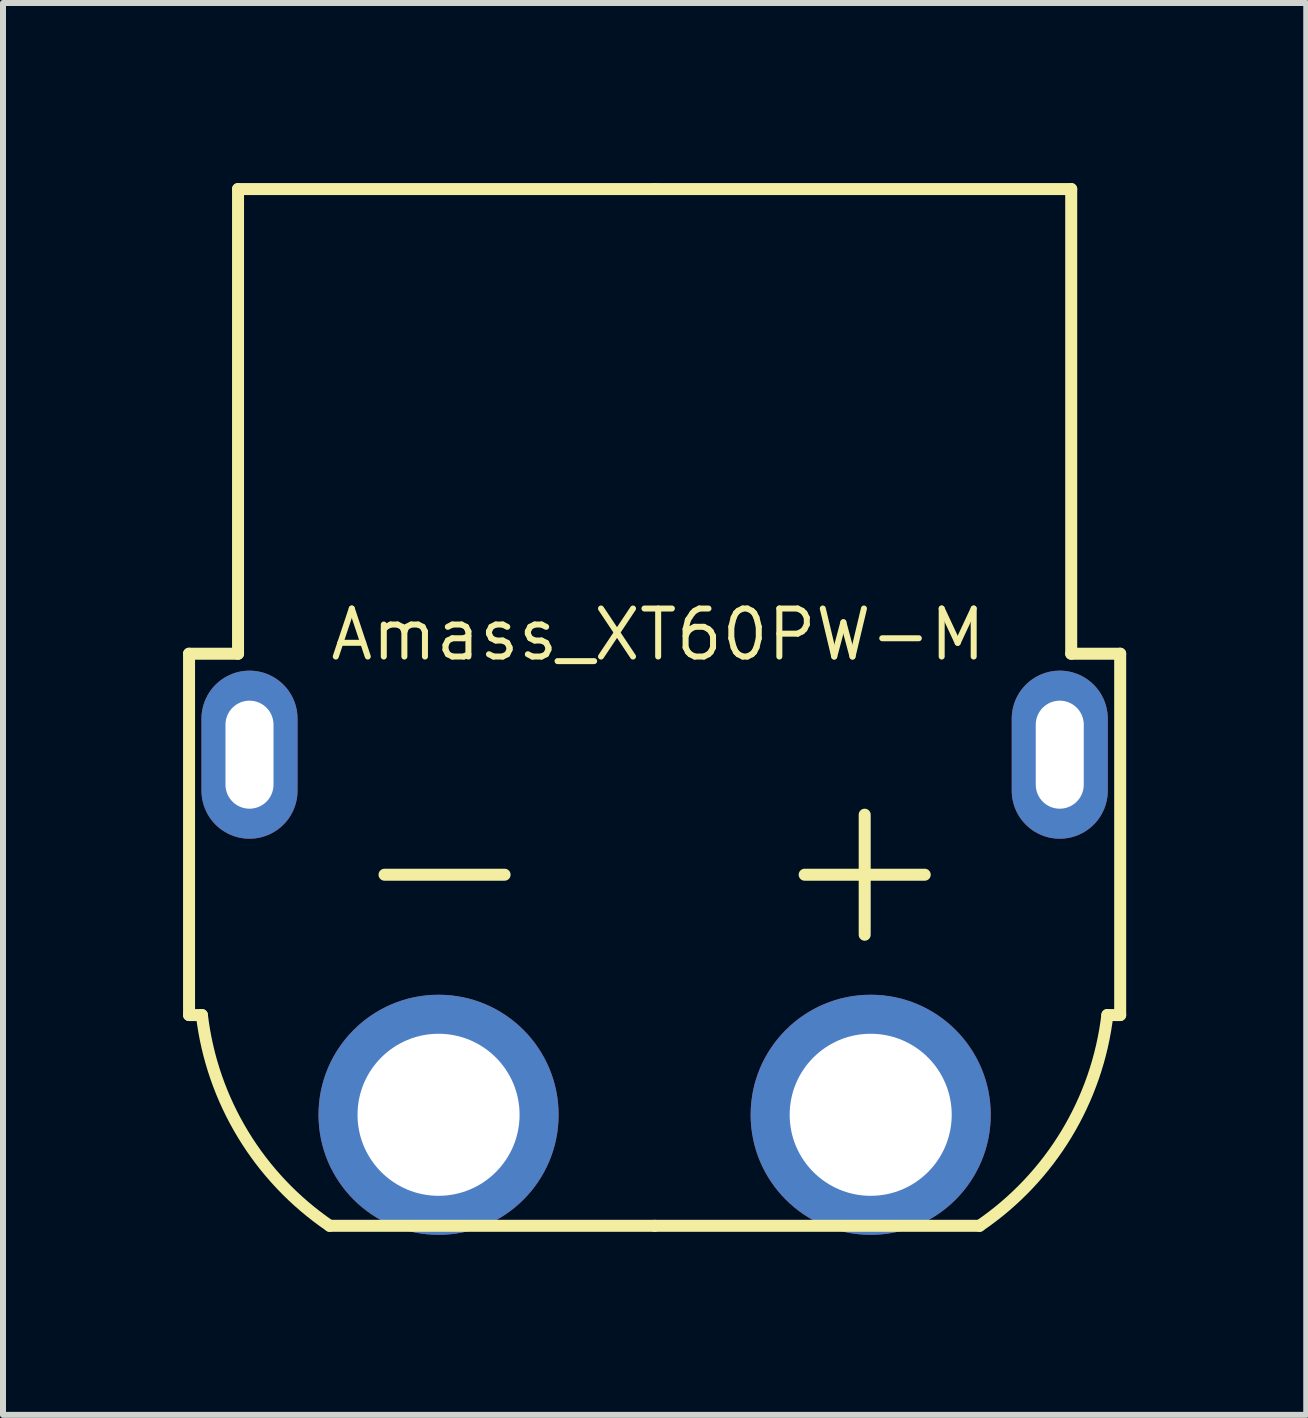
<source format=kicad_pcb>
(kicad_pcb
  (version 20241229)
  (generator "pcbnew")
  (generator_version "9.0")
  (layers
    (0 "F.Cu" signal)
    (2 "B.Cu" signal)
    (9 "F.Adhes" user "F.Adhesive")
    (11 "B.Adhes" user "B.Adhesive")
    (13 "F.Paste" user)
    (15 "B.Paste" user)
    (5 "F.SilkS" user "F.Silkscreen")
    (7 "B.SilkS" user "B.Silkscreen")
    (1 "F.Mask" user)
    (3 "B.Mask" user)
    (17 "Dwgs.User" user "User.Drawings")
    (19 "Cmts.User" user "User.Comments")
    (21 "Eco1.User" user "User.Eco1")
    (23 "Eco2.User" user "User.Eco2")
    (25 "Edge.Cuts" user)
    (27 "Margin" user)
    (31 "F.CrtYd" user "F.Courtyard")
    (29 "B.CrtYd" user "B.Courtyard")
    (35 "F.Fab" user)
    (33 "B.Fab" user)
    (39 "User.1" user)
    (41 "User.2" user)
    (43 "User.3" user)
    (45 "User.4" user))
  (footprint "Amass_XT60PW-M"
    (layer "F.Cu")
    (at 7.857 15.524)
    (property "Reference" "Amass_XT60PW-M" (at 0.059 -8 0) (layer "F.SilkS") (effects (font (size 0.8 0.8) (thickness 0.1))))
    (attr through_hole)
    (fp_line (start -7.757 -7.682) (end -7.757 -1.662) (stroke (width 0.2) (type solid)) (layer "F.SilkS"))
    (fp_line (start -7.757 -1.662) (end -7.543 -1.662) (stroke (width 0.2) (type solid)) (layer "F.SilkS"))
    (fp_line (start -6.941 -15.424) (end -6.941 -7.682) (stroke (width 0.2) (type solid)) (layer "F.SilkS"))
    (fp_line (start -6.941 -15.424) (end 0 -15.424) (stroke (width 0.2) (type solid)) (layer "F.SilkS"))
    (fp_line (start -6.941 -7.682) (end -7.757 -7.682) (stroke (width 0.2) (type solid)) (layer "F.SilkS"))
    (fp_line (start -5.413 1.85) (end 0 1.85) (stroke (width 0.2) (type solid)) (layer "F.SilkS"))
    (fp_line (start -4.5 -4) (end -2.5 -4) (stroke (width 0.2) (type solid)) (layer "F.SilkS"))
    (fp_line (start 2.5 -4) (end 4.5 -4) (stroke (width 0.2) (type solid)) (layer "F.SilkS"))
    (fp_line (start 3.5 -5) (end 3.5 -3) (stroke (width 0.2) (type solid)) (layer "F.SilkS"))
    (fp_line (start 5.413 1.85) (end 0 1.85) (stroke (width 0.2) (type solid)) (layer "F.SilkS"))
    (fp_line (start 6.941 -15.424) (end 0 -15.424) (stroke (width 0.2) (type solid)) (layer "F.SilkS"))
    (fp_line (start 6.941 -15.424) (end 6.941 -7.682) (stroke (width 0.2) (type solid)) (layer "F.SilkS"))
    (fp_line (start 6.941 -7.682) (end 7.757 -7.682) (stroke (width 0.2) (type solid)) (layer "F.SilkS"))
    (fp_line (start 7.757 -7.682) (end 7.757 -1.662) (stroke (width 0.2) (type solid)) (layer "F.SilkS"))
    (fp_line (start 7.757 -1.662) (end 7.543 -1.662) (stroke (width 0.2) (type solid)) (layer "F.SilkS"))
    (fp_arc (start -5.413054 1.85) (mid -6.858863 0.324953) (end -7.543269 -1.661935) (stroke (width 0.2) (type solid)) (layer "F.SilkS"))
    (fp_arc (start 7.543269 -1.661935) (mid 6.858863 0.324952) (end 5.413054 1.85) (stroke (width 0.2) (type solid)) (layer "F.SilkS"))
    (pad "" thru_hole oval (at -6.75 -6) (size 1.6 2.8) (drill oval 0.8 1.8) (layers "*.Cu" "*.Mask"))
    (pad "" thru_hole oval (at 6.75 -6) (size 1.6 2.8) (drill oval 0.8 1.8) (layers "*.Cu" "*.Mask"))
    (pad "1" thru_hole circle (at -3.6 0) (size 4 4) (drill 2.7) (layers "*.Cu" "*.Mask"))
    (pad "2" thru_hole circle (at 3.6 0) (size 4 4) (drill 2.7) (layers "*.Cu" "*.Mask")))
  (gr_rect
    (start -3 -3)
    (end 18.714 20.524)
    (stroke (width 0.1) (type default))
    (fill no)
    (layer "Edge.Cuts")))
</source>
